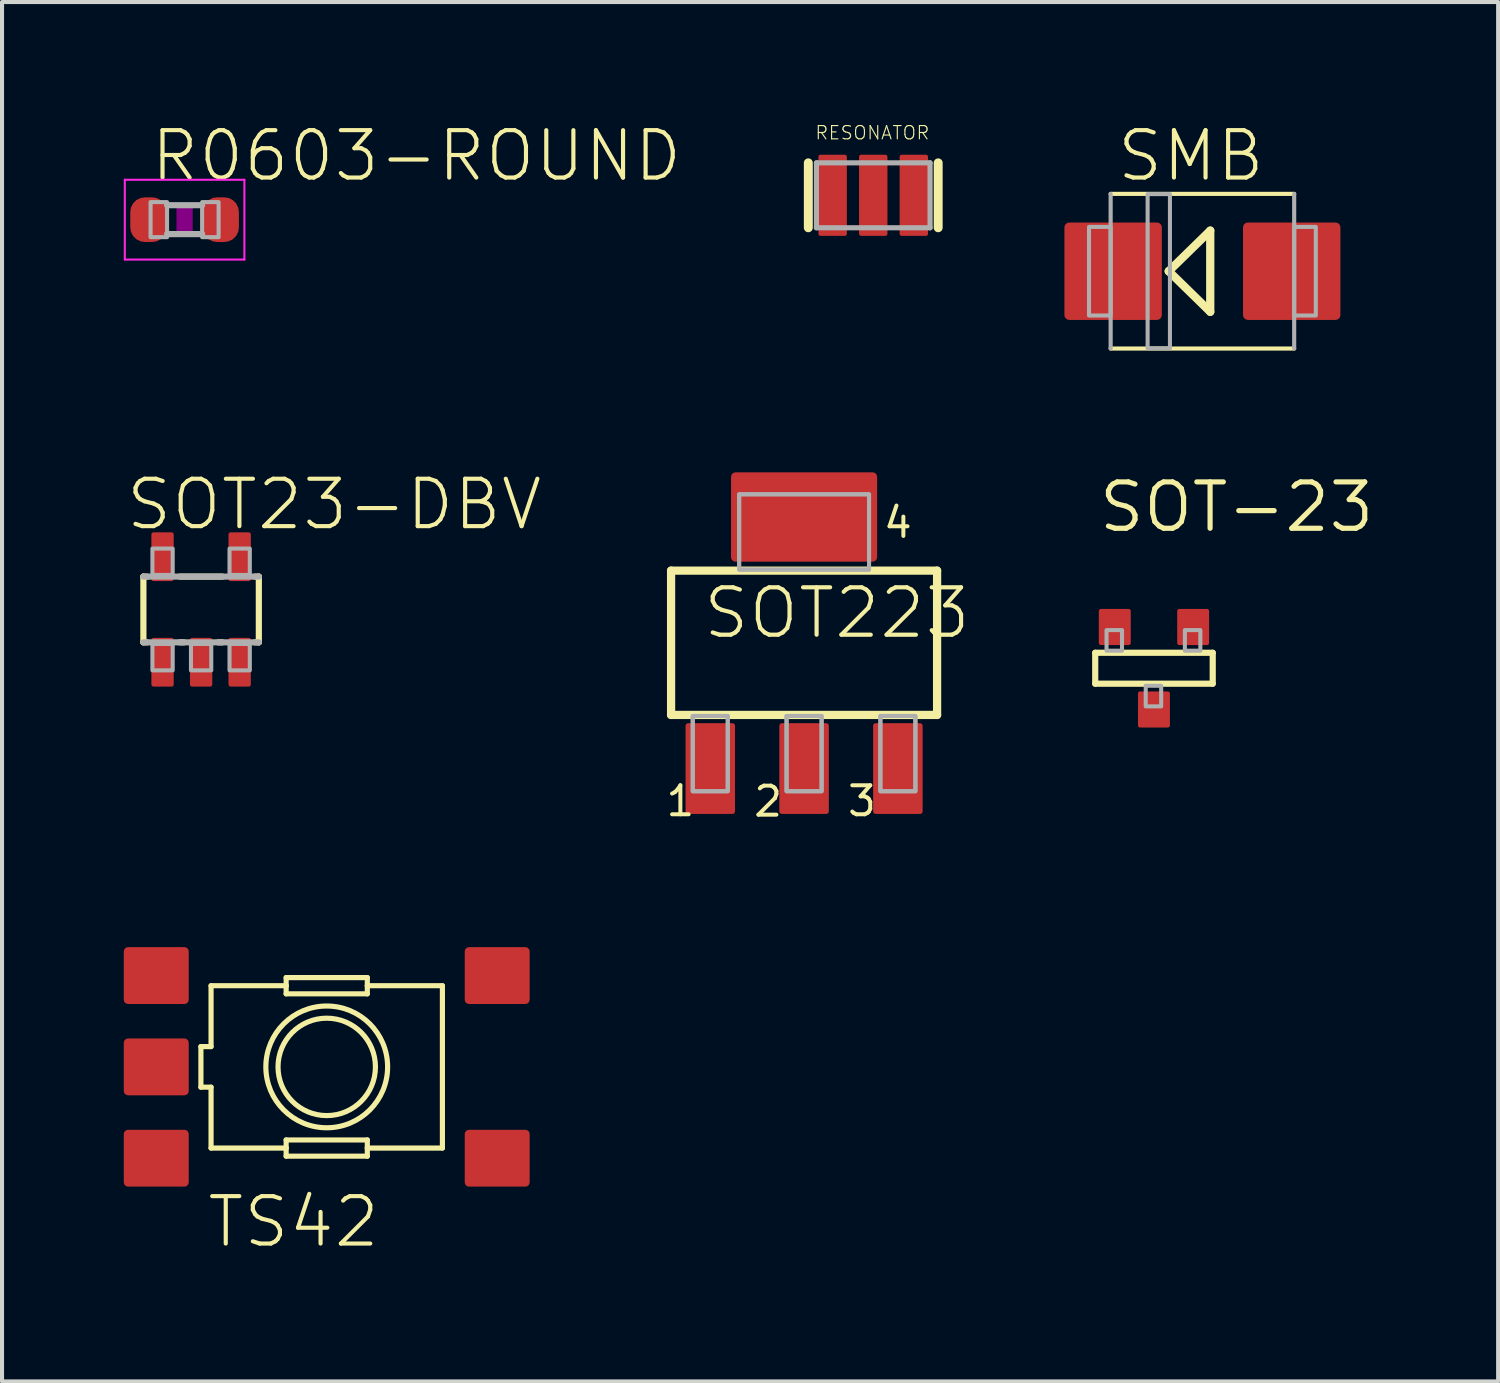
<source format=kicad_pcb>
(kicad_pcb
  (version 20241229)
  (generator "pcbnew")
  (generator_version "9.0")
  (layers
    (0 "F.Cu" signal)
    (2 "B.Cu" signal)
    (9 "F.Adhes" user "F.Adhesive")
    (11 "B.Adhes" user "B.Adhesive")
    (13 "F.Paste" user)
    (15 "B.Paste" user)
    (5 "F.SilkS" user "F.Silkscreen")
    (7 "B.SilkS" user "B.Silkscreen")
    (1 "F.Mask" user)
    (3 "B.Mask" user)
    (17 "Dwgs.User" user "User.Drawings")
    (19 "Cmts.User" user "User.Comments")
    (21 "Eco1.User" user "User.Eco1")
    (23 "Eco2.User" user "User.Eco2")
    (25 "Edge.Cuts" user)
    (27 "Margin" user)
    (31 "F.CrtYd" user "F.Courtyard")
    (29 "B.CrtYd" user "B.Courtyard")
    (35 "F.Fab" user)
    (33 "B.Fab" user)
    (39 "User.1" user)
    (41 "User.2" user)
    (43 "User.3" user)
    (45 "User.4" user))
  (footprint "TS42"
    (layer "F.Cu")
    (at 5 23.236)
    (property "Reference" "TS42" (at -3 4.5 0) (layer "F.SilkS") (effects (font (size 1.168 1.168) (thickness 0.102)) (justify left bottom)))
    (fp_line (start -3.1 -0.5) (end -3.1 0.5) (stroke (width 0.127) (type solid)) (layer "F.SilkS"))
    (fp_line (start -3.1 0.5) (end -2.85 0.5) (stroke (width 0.127) (type solid)) (layer "F.SilkS"))
    (fp_line (start -2.85 -2) (end -2.85 -0.5) (stroke (width 0.127) (type solid)) (layer "F.SilkS"))
    (fp_line (start -2.85 -2) (end -1 -2) (stroke (width 0.127) (type solid)) (layer "F.SilkS"))
    (fp_line (start -2.85 -0.5) (end -3.1 -0.5) (stroke (width 0.127) (type solid)) (layer "F.SilkS"))
    (fp_line (start -2.85 0.5) (end -2.85 2) (stroke (width 0.127) (type solid)) (layer "F.SilkS"))
    (fp_line (start -1 -2.2) (end -1 -2) (stroke (width 0.127) (type solid)) (layer "F.SilkS"))
    (fp_line (start -1 -2) (end -1 -1.8) (stroke (width 0.127) (type solid)) (layer "F.SilkS"))
    (fp_line (start -1 -1.8) (end 1 -1.8) (stroke (width 0.127) (type solid)) (layer "F.SilkS"))
    (fp_line (start -1 1.8) (end -1 2) (stroke (width 0.127) (type solid)) (layer "F.SilkS"))
    (fp_line (start -1 2) (end -2.85 2) (stroke (width 0.127) (type solid)) (layer "F.SilkS"))
    (fp_line (start -1 2) (end -1 2.2) (stroke (width 0.127) (type solid)) (layer "F.SilkS"))
    (fp_line (start -1 2.2) (end 1 2.2) (stroke (width 0.127) (type solid)) (layer "F.SilkS"))
    (fp_line (start 1 -2.2) (end -1 -2.2) (stroke (width 0.127) (type solid)) (layer "F.SilkS"))
    (fp_line (start 1 -2) (end 1 -2.2) (stroke (width 0.127) (type solid)) (layer "F.SilkS"))
    (fp_line (start 1 -2) (end 2.85 -2) (stroke (width 0.127) (type solid)) (layer "F.SilkS"))
    (fp_line (start 1 -1.8) (end 1 -2) (stroke (width 0.127) (type solid)) (layer "F.SilkS"))
    (fp_line (start 1 1.8) (end -1 1.8) (stroke (width 0.127) (type solid)) (layer "F.SilkS"))
    (fp_line (start 1 2) (end 1 1.8) (stroke (width 0.127) (type solid)) (layer "F.SilkS"))
    (fp_line (start 1 2) (end 2.85 2) (stroke (width 0.127) (type solid)) (layer "F.SilkS"))
    (fp_line (start 1 2.2) (end 1 2) (stroke (width 0.127) (type solid)) (layer "F.SilkS"))
    (fp_line (start 2.85 2) (end 2.85 -2) (stroke (width 0.127) (type solid)) (layer "F.SilkS"))
    (fp_circle (center 0 0) (end 1.2 0) (stroke (width 0.127) (type solid)) (fill no) (layer "F.SilkS"))
    (fp_circle (center 0 0) (end 1.5 0) (stroke (width 0.127) (type solid)) (fill no) (layer "F.SilkS"))
    (fp_poly (pts (xy -4.699 0.381) (xy -3.81 0.381) (xy -3.81 -0.381) (xy -4.699 -0.381)) (stroke (width 0) (type solid)) (fill yes) (layer "F.Paste"))
    (pad "1" smd roundrect (at -4.2 -2.25) (size 1.6 1.4) (layers "F.Cu" "F.Mask" "F.Paste") (roundrect_rratio 0.075))
    (pad "2" smd roundrect (at 4.2 -2.25) (size 1.6 1.4) (layers "F.Cu" "F.Mask" "F.Paste") (roundrect_rratio 0.075))
    (pad "3" smd roundrect (at -4.2 2.25) (size 1.6 1.4) (layers "F.Cu" "F.Mask" "F.Paste") (roundrect_rratio 0.075))
    (pad "4" smd roundrect (at 4.2 2.25) (size 1.6 1.4) (layers "F.Cu" "F.Mask" "F.Paste") (roundrect_rratio 0.075))
    (pad "5" smd roundrect (at -4.2 0) (size 1.6 1.4) (layers "F.Cu" "F.Mask") (roundrect_rratio 0.075)))
  (footprint "SOT23-DBV"
    (layer "F.Cu")
    (at 1.905 11.966)
    (property "Reference" "SOT23-DBV" (at -1.905 -1.905 0) (layer "F.SilkS") (effects (font (size 1.168 1.168) (thickness 0.102)) (justify left bottom)))
    (fp_line (start -1.422 -0.81) (end -1.328 -0.81) (stroke (width 0.152) (type solid)) (layer "F.SilkS"))
    (fp_line (start -1.422 0.81) (end -1.422 -0.81) (stroke (width 0.152) (type solid)) (layer "F.SilkS"))
    (fp_line (start -1.328 0.81) (end -1.422 0.81) (stroke (width 0.152) (type solid)) (layer "F.SilkS"))
    (fp_line (start -0.522 -0.81) (end 0.522 -0.81) (stroke (width 0.152) (type solid)) (layer "F.SilkS"))
    (fp_line (start -0.428 0.81) (end -0.522 0.81) (stroke (width 0.152) (type solid)) (layer "F.SilkS"))
    (fp_line (start 0.522 0.81) (end 0.428 0.81) (stroke (width 0.152) (type solid)) (layer "F.SilkS"))
    (fp_line (start 1.328 -0.81) (end 1.422 -0.81) (stroke (width 0.152) (type solid)) (layer "F.SilkS"))
    (fp_line (start 1.422 -0.81) (end 1.422 0.81) (stroke (width 0.152) (type solid)) (layer "F.SilkS"))
    (fp_line (start 1.422 0.81) (end 1.328 0.81) (stroke (width 0.152) (type solid)) (layer "F.SilkS"))
    (fp_line (start -1.422 -0.81) (end 1.422 -0.81) (stroke (width 0.152) (type solid)) (layer "F.Fab"))
    (fp_line (start 1.422 0.81) (end -1.422 0.81) (stroke (width 0.152) (type solid)) (layer "F.Fab"))
    (fp_poly (pts (xy -1.2 -0.85) (xy -0.7 -0.85) (xy -0.7 -1.5) (xy -1.2 -1.5)) (stroke (width 0.1) (type solid)) (fill no) (layer "F.Fab"))
    (fp_poly (pts (xy -1.2 1.5) (xy -0.7 1.5) (xy -0.7 0.85) (xy -1.2 0.85)) (stroke (width 0.1) (type solid)) (fill no) (layer "F.Fab"))
    (fp_poly (pts (xy -0.25 1.5) (xy 0.25 1.5) (xy 0.25 0.85) (xy -0.25 0.85)) (stroke (width 0.1) (type solid)) (fill no) (layer "F.Fab"))
    (fp_poly (pts (xy 0.7 -0.85) (xy 1.2 -0.85) (xy 1.2 -1.5) (xy 0.7 -1.5)) (stroke (width 0.1) (type solid)) (fill no) (layer "F.Fab"))
    (fp_poly (pts (xy 0.7 1.5) (xy 1.2 1.5) (xy 1.2 0.85) (xy 0.7 0.85)) (stroke (width 0.1) (type solid)) (fill no) (layer "F.Fab"))
    (pad "1" smd roundrect (at -0.95 1.3) (size 0.55 1.2) (layers "F.Cu" "F.Mask" "F.Paste") (roundrect_rratio 0.092))
    (pad "2" smd roundrect (at 0 1.3) (size 0.55 1.2) (layers "F.Cu" "F.Mask" "F.Paste") (roundrect_rratio 0.092))
    (pad "3" smd roundrect (at 0.95 1.3) (size 0.55 1.2) (layers "F.Cu" "F.Mask" "F.Paste") (roundrect_rratio 0.092))
    (pad "4" smd roundrect (at 0.95 -1.3) (size 0.55 1.2) (layers "F.Cu" "F.Mask" "F.Paste") (roundrect_rratio 0.092))
    (pad "5" smd roundrect (at -0.95 -1.3) (size 0.55 1.2) (layers "F.Cu" "F.Mask" "F.Paste") (roundrect_rratio 0.092)))
  (footprint "SOT223"
    (layer "F.Cu")
    (at 16.761 12.787)
    (property "Reference" "SOT223" (at -2.54 -0.051 0) (layer "F.SilkS") (effects (font (size 1.168 1.168) (thickness 0.102)) (justify left bottom)))
    (fp_line (start -3.277 -1.778) (end 3.277 -1.778) (stroke (width 0.203) (type solid)) (layer "F.SilkS"))
    (fp_line (start -3.277 1.778) (end -3.277 -1.778) (stroke (width 0.203) (type solid)) (layer "F.SilkS"))
    (fp_line (start 3.277 -1.778) (end 3.277 1.778) (stroke (width 0.203) (type solid)) (layer "F.SilkS"))
    (fp_line (start 3.277 1.778) (end -3.277 1.778) (stroke (width 0.203) (type solid)) (layer "F.SilkS"))
    (fp_poly (pts (xy -2.743 3.658) (xy -1.88 3.658) (xy -1.88 1.803) (xy -2.743 1.803)) (stroke (width 0.1) (type solid)) (fill no) (layer "F.Fab"))
    (fp_poly (pts (xy -2.743 3.658) (xy -1.88 3.658) (xy -1.88 1.803) (xy -2.743 1.803)) (stroke (width 0.1) (type solid)) (fill no) (layer "F.Fab"))
    (fp_poly (pts (xy -1.6 -1.803) (xy 1.6 -1.803) (xy 1.6 -3.658) (xy -1.6 -3.658)) (stroke (width 0.1) (type solid)) (fill no) (layer "F.Fab"))
    (fp_poly (pts (xy -1.6 -1.803) (xy 1.6 -1.803) (xy 1.6 -3.658) (xy -1.6 -3.658)) (stroke (width 0.1) (type solid)) (fill no) (layer "F.Fab"))
    (fp_poly (pts (xy -0.432 3.658) (xy 0.432 3.658) (xy 0.432 1.803) (xy -0.432 1.803)) (stroke (width 0.1) (type solid)) (fill no) (layer "F.Fab"))
    (fp_poly (pts (xy -0.432 3.658) (xy 0.432 3.658) (xy 0.432 1.803) (xy -0.432 1.803)) (stroke (width 0.1) (type solid)) (fill no) (layer "F.Fab"))
    (fp_poly (pts (xy 1.88 3.658) (xy 2.743 3.658) (xy 2.743 1.803) (xy 1.88 1.803)) (stroke (width 0.1) (type solid)) (fill no) (layer "F.Fab"))
    (fp_poly (pts (xy 1.88 3.658) (xy 2.743 3.658) (xy 2.743 1.803) (xy 1.88 1.803)) (stroke (width 0.1) (type solid)) (fill no) (layer "F.Fab"))
    (fp_text user "3" (at 1.021 4.318 0) (layer "F.SilkS") (effects (font (size 0.715 0.715) (thickness 0.098)) (justify left bottom)))
    (fp_text user "2" (at -1.291 4.327 0) (layer "F.SilkS") (effects (font (size 0.715 0.715) (thickness 0.098)) (justify left bottom)))
    (fp_text user "4" (at 1.905 -2.54 0) (layer "F.SilkS") (effects (font (size 0.715 0.715) (thickness 0.098)) (justify left bottom)))
    (fp_text user "1" (at -3.453 4.318 0) (layer "F.SilkS") (effects (font (size 0.715 0.715) (thickness 0.098)) (justify left bottom)))
    (pad "1" smd roundrect (at -2.311 3.099) (size 1.219 2.235) (layers "F.Cu" "F.Mask" "F.Paste") (roundrect_rratio 0.05))
    (pad "2" smd roundrect (at 0 3.099) (size 1.219 2.235) (layers "F.Cu" "F.Mask" "F.Paste") (roundrect_rratio 0.05))
    (pad "3" smd roundrect (at 2.311 3.099) (size 1.219 2.235) (layers "F.Cu" "F.Mask" "F.Paste") (roundrect_rratio 0.05))
    (pad "4" smd roundrect (at 0 -3.099) (size 3.6 2.2) (layers "F.Cu" "F.Mask" "F.Paste") (roundrect_rratio 0.05)))
  (footprint "SOT-23"
    (layer "F.Cu")
    (at 25.356 13.414)
    (property "Reference" "SOT-23" (at -1.397 -3.302 0) (layer "F.SilkS") (effects (font (size 1.143 1.143) (thickness 0.127)) (justify left bottom)))
    (fp_line (start -1.422 -0.381) (end 1.473 -0.381) (stroke (width 0.152) (type solid)) (layer "F.SilkS"))
    (fp_line (start -1.422 0.381) (end -1.422 -0.381) (stroke (width 0.152) (type solid)) (layer "F.SilkS"))
    (fp_line (start 1.473 -0.381) (end 1.473 0.381) (stroke (width 0.152) (type solid)) (layer "F.SilkS"))
    (fp_line (start 1.473 0.381) (end -1.422 0.381) (stroke (width 0.152) (type solid)) (layer "F.SilkS"))
    (fp_poly (pts (xy -1.143 -0.432) (xy -0.762 -0.432) (xy -0.762 -0.94) (xy -1.143 -0.94)) (stroke (width 0.1) (type solid)) (fill no) (layer "F.Fab"))
    (fp_poly (pts (xy -0.178 0.94) (xy 0.203 0.94) (xy 0.203 0.432) (xy -0.178 0.432)) (stroke (width 0.1) (type solid)) (fill no) (layer "F.Fab"))
    (fp_poly (pts (xy 0.787 -0.432) (xy 1.168 -0.432) (xy 1.168 -0.94) (xy 0.787 -0.94)) (stroke (width 0.1) (type solid)) (fill no) (layer "F.Fab"))
    (pad "1" smd roundrect (at 0.025 1.016) (size 0.787 0.889) (layers "F.Cu" "F.Mask" "F.Paste") (roundrect_rratio 0.065))
    (pad "2" smd roundrect (at -0.94 -1.016) (size 0.787 0.889) (layers "F.Cu" "F.Mask" "F.Paste") (roundrect_rratio 0.065))
    (pad "3" smd roundrect (at 0.991 -1.016) (size 0.787 0.889) (layers "F.Cu" "F.Mask" "F.Paste") (roundrect_rratio 0.065)))
  (footprint "R0603-ROUND"
    (layer "F.Cu")
    (at 1.498 2.362)
    (property "Reference" "R0603-ROUND" (at -0.889 -0.889 0) (layer "F.SilkS") (effects (font (size 1.168 1.168) (thickness 0.102)) (justify left bottom)))
    (fp_poly (pts (xy -0.2 0.4) (xy 0.2 0.4) (xy 0.2 -0.4) (xy -0.2 -0.4)) (stroke (width 0) (type solid)) (fill yes) (layer "F.Adhes"))
    (fp_line (start -1.473 -0.983) (end 1.473 -0.983) (stroke (width 0.051) (type solid)) (layer "F.CrtYd"))
    (fp_line (start -1.473 0.983) (end -1.473 -0.983) (stroke (width 0.051) (type solid)) (layer "F.CrtYd"))
    (fp_line (start 1.473 -0.983) (end 1.473 0.983) (stroke (width 0.051) (type solid)) (layer "F.CrtYd"))
    (fp_line (start 1.473 0.983) (end -1.473 0.983) (stroke (width 0.051) (type solid)) (layer "F.CrtYd"))
    (fp_line (start -0.432 0.356) (end 0.432 0.356) (stroke (width 0.152) (type solid)) (layer "F.Fab"))
    (fp_line (start 0.432 -0.356) (end -0.432 -0.356) (stroke (width 0.152) (type solid)) (layer "F.Fab"))
    (fp_poly (pts (xy -0.838 0.432) (xy -0.432 0.432) (xy -0.432 -0.432) (xy -0.838 -0.432)) (stroke (width 0.1) (type solid)) (fill no) (layer "F.Fab"))
    (fp_poly (pts (xy 0.432 0.432) (xy 0.838 0.432) (xy 0.838 -0.432) (xy 0.432 -0.432)) (stroke (width 0.1) (type solid)) (fill no) (layer "F.Fab"))
    (pad "1" smd roundrect (at -0.889 0) (size 0.898 1.1) (layers "F.Cu" "F.Mask" "F.Paste") (roundrect_rratio 0.4))
    (pad "2" smd roundrect (at 0.889 0) (size 0.898 1.1) (layers "F.Cu" "F.Mask" "F.Paste") (roundrect_rratio 0.4)))
  (footprint "RESONATOR"
    (layer "F.Cu")
    (at 18.465 1.762)
    (property "Reference" "RESONATOR" (at -1.45 -1.35 0) (layer "F.SilkS") (effects (font (size 0.327 0.327) (thickness 0.028)) (justify left bottom)))
    (fp_line (start -1.6 -0.8) (end -1.6 0.8) (stroke (width 0.22) (type solid)) (layer "F.SilkS"))
    (fp_line (start 1.6 -0.8) (end 1.6 0.8) (stroke (width 0.22) (type solid)) (layer "F.SilkS"))
    (fp_line (start -1.4 -0.8) (end 1.4 -0.8) (stroke (width 0.127) (type solid)) (layer "F.Fab"))
    (fp_line (start -1.4 0.8) (end -1.4 -0.8) (stroke (width 0.127) (type solid)) (layer "F.Fab"))
    (fp_line (start 1.4 -0.8) (end 1.4 0.8) (stroke (width 0.127) (type solid)) (layer "F.Fab"))
    (fp_line (start 1.4 0.8) (end -1.4 0.8) (stroke (width 0.127) (type solid)) (layer "F.Fab"))
    (pad "1" smd roundrect (at -1 0 90) (size 2 0.7) (layers "F.Cu" "F.Mask" "F.Paste") (roundrect_rratio 0.073))
    (pad "2" smd roundrect (at 0 0 90) (size 2 0.7) (layers "F.Cu" "F.Mask" "F.Paste") (roundrect_rratio 0.073))
    (pad "3" smd roundrect (at 1 0 90) (size 2 0.7) (layers "F.Cu" "F.Mask" "F.Paste") (roundrect_rratio 0.073)))
  (footprint "SMB"
    (layer "F.Cu")
    (at 26.575 3.632)
    (property "Reference" "SMB" (at -2.159 -2.159 0) (layer "F.SilkS") (effects (font (size 1.168 1.168) (thickness 0.102)) (justify left bottom)))
    (fp_line (start -2.261 -1.905) (end 2.261 -1.905) (stroke (width 0.102) (type solid)) (layer "F.SilkS"))
    (fp_line (start -2.261 1.905) (end 2.261 1.905) (stroke (width 0.102) (type solid)) (layer "F.SilkS"))
    (fp_line (start -0.83 0) (end 0.193 1) (stroke (width 0.203) (type solid)) (layer "F.SilkS"))
    (fp_line (start 0.193 -1) (end -0.83 0) (stroke (width 0.203) (type solid)) (layer "F.SilkS"))
    (fp_line (start 0.193 1) (end 0.193 -1) (stroke (width 0.203) (type solid)) (layer "F.SilkS"))
    (fp_line (start -2.261 1.905) (end -2.261 -1.905) (stroke (width 0.102) (type solid)) (layer "F.Fab"))
    (fp_line (start 2.261 1.905) (end 2.261 -1.905) (stroke (width 0.102) (type solid)) (layer "F.Fab"))
    (fp_poly (pts (xy -2.794 1.092) (xy -2.261 1.092) (xy -2.261 -1.092) (xy -2.794 -1.092)) (stroke (width 0.1) (type solid)) (fill no) (layer "F.Fab"))
    (fp_poly (pts (xy -1.35 1.9) (xy -0.8 1.9) (xy -0.8 -1.9) (xy -1.35 -1.9)) (stroke (width 0.1) (type solid)) (fill no) (layer "F.Fab"))
    (fp_poly (pts (xy 2.261 1.092) (xy 2.794 1.092) (xy 2.794 -1.092) (xy 2.261 -1.092)) (stroke (width 0.1) (type solid)) (fill no) (layer "F.Fab"))
    (pad "A" smd roundrect (at 2.2 0) (size 2.4 2.4) (layers "F.Cu" "F.Mask" "F.Paste") (roundrect_rratio 0.05))
    (pad "C" smd roundrect (at -2.2 0) (size 2.4 2.4) (layers "F.Cu" "F.Mask" "F.Paste") (roundrect_rratio 0.05)))
  (gr_rect
    (start -3 -3)
    (end 33.861 30.986)
    (stroke (width 0.1) (type default))
    (fill no)
    (layer "Edge.Cuts")))
</source>
